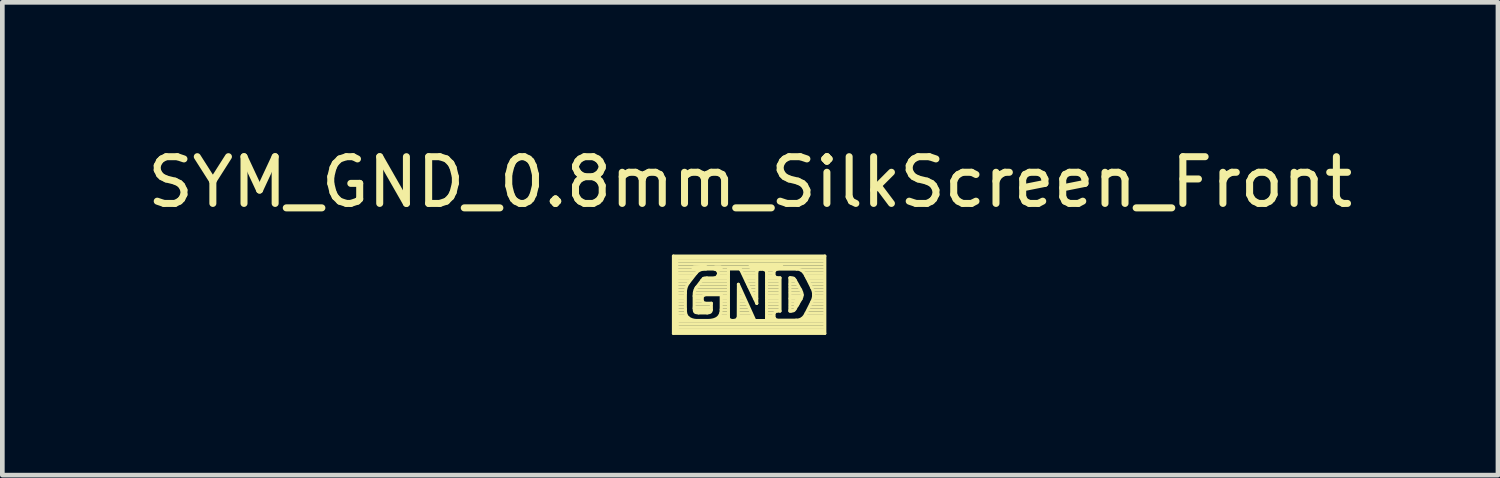
<source format=kicad_pcb>
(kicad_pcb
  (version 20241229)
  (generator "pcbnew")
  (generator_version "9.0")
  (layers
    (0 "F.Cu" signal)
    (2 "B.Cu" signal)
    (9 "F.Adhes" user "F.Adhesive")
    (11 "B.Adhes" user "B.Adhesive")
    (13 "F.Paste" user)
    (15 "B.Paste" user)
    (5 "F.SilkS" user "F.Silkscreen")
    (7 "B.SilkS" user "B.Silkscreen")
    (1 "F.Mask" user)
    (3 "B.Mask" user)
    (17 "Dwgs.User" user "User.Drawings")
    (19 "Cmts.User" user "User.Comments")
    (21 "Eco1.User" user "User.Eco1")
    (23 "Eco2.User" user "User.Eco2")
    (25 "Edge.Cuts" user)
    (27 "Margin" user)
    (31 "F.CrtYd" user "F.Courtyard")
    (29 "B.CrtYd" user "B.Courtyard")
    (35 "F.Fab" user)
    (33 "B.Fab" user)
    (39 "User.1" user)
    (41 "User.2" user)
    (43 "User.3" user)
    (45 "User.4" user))
  (footprint "SYM_GND_0.8mm_SilkScreen_Front"
    (layer "F.Cu")
    (at 12.93 3.287)
    (property "Reference" "SYM_GND_0.8mm_SilkScreen_Front" (at 0.076 -2.438 0) (layer "F.SilkS") (effects (font (size 1 1) (thickness 0.15))))
    (attr through_hole)
    (fp_line (start -1.567 -0.857) (end 1.675 -0.857) (stroke (width 0.064) (type solid)) (layer "F.SilkS"))
    (fp_line (start -1.567 0.8) (end -1.567 -0.857) (stroke (width 0.064) (type solid)) (layer "F.SilkS"))
    (fp_line (start -1.526 -0.806) (end 1.653 -0.806) (stroke (width 0.064) (type solid)) (layer "F.SilkS"))
    (fp_line (start -1.526 -0.745) (end 1.653 -0.745) (stroke (width 0.064) (type solid)) (layer "F.SilkS"))
    (fp_line (start -1.526 -0.684) (end 1.653 -0.684) (stroke (width 0.064) (type solid)) (layer "F.SilkS"))
    (fp_line (start -1.526 -0.622) (end 1.653 -0.622) (stroke (width 0.064) (type solid)) (layer "F.SilkS"))
    (fp_line (start -1.526 -0.561) (end -1.027 -0.561) (stroke (width 0.064) (type solid)) (layer "F.SilkS"))
    (fp_line (start -1.526 -0.5) (end -1.083 -0.5) (stroke (width 0.064) (type solid)) (layer "F.SilkS"))
    (fp_line (start -1.526 -0.439) (end -1.134 -0.439) (stroke (width 0.064) (type solid)) (layer "F.SilkS"))
    (fp_line (start -1.526 -0.377) (end -1.19 -0.377) (stroke (width 0.064) (type solid)) (layer "F.SilkS"))
    (fp_line (start -1.526 -0.316) (end -1.231 -0.316) (stroke (width 0.064) (type solid)) (layer "F.SilkS"))
    (fp_line (start -1.526 -0.255) (end -1.279 -0.255) (stroke (width 0.064) (type solid)) (layer "F.SilkS"))
    (fp_line (start -1.526 -0.194) (end -1.306 -0.194) (stroke (width 0.064) (type solid)) (layer "F.SilkS"))
    (fp_line (start -1.526 -0.132) (end -1.319 -0.132) (stroke (width 0.064) (type solid)) (layer "F.SilkS"))
    (fp_line (start -1.526 -0.071) (end -1.32 -0.071) (stroke (width 0.064) (type solid)) (layer "F.SilkS"))
    (fp_line (start -1.526 -0.01) (end -1.324 -0.01) (stroke (width 0.064) (type solid)) (layer "F.SilkS"))
    (fp_line (start -1.526 0.051) (end -1.328 0.051) (stroke (width 0.064) (type solid)) (layer "F.SilkS"))
    (fp_line (start -1.526 0.113) (end -1.327 0.113) (stroke (width 0.064) (type solid)) (layer "F.SilkS"))
    (fp_line (start -1.526 0.174) (end -1.332 0.174) (stroke (width 0.064) (type solid)) (layer "F.SilkS"))
    (fp_line (start -1.526 0.235) (end -1.324 0.235) (stroke (width 0.064) (type solid)) (layer "F.SilkS"))
    (fp_line (start -1.526 0.296) (end -1.319 0.296) (stroke (width 0.064) (type solid)) (layer "F.SilkS"))
    (fp_line (start -1.526 0.358) (end -1.319 0.358) (stroke (width 0.064) (type solid)) (layer "F.SilkS"))
    (fp_line (start -1.526 0.419) (end -1.292 0.419) (stroke (width 0.064) (type solid)) (layer "F.SilkS"))
    (fp_line (start -1.526 0.48) (end -1.249 0.48) (stroke (width 0.064) (type solid)) (layer "F.SilkS"))
    (fp_line (start -1.526 0.541) (end 1.653 0.541) (stroke (width 0.064) (type solid)) (layer "F.SilkS"))
    (fp_line (start -1.526 0.603) (end 1.653 0.603) (stroke (width 0.064) (type solid)) (layer "F.SilkS"))
    (fp_line (start -1.526 0.664) (end 1.653 0.664) (stroke (width 0.064) (type solid)) (layer "F.SilkS"))
    (fp_line (start -1.526 0.725) (end 1.653 0.725) (stroke (width 0.064) (type solid)) (layer "F.SilkS"))
    (fp_line (start -1.524 -0.8) (end -1.511 0.749) (stroke (width 0.12) (type solid)) (layer "F.SilkS"))
    (fp_line (start -1.511 0.749) (end 1.626 0.749) (stroke (width 0.12) (type solid)) (layer "F.SilkS"))
    (fp_line (start -1.31 -0.061) (end -1.31 0.276) (stroke (width 0.064) (type solid)) (layer "F.SilkS"))
    (fp_line (start -1.123 0.264) (end -1.123 -0.001) (stroke (width 0.064) (type solid)) (layer "F.SilkS"))
    (fp_line (start -1.119 0.235) (end -0.763 0.235) (stroke (width 0.064) (type solid)) (layer "F.SilkS"))
    (fp_line (start -1.118 -0.071) (end -0.4 -0.071) (stroke (width 0.064) (type solid)) (layer "F.SilkS"))
    (fp_line (start -1.116 0.051) (end -0.975 0.051) (stroke (width 0.064) (type solid)) (layer "F.SilkS"))
    (fp_line (start -1.115 -0.01) (end -0.927 -0.01) (stroke (width 0.064) (type solid)) (layer "F.SilkS"))
    (fp_line (start -1.114 0.174) (end -0.762 0.174) (stroke (width 0.064) (type solid)) (layer "F.SilkS"))
    (fp_line (start -1.114 0.296) (end -0.767 0.296) (stroke (width 0.064) (type solid)) (layer "F.SilkS"))
    (fp_line (start -1.113 0.113) (end -0.947 0.113) (stroke (width 0.064) (type solid)) (layer "F.SilkS"))
    (fp_line (start -1.098 -0.132) (end -0.397 -0.132) (stroke (width 0.064) (type solid)) (layer "F.SilkS"))
    (fp_line (start -1.082 -0.489) (end -1.241 -0.285) (stroke (width 0.064) (type solid)) (layer "F.SilkS"))
    (fp_line (start -1.081 -0.176) (end -0.962 -0.333) (stroke (width 0.064) (type solid)) (layer "F.SilkS"))
    (fp_line (start -1.079 0.318) (end -0.813 0.318) (stroke (width 0.12) (type solid)) (layer "F.SilkS"))
    (fp_line (start -1.067 0.522) (end -0.835 0.522) (stroke (width 0.064) (type solid)) (layer "F.SilkS"))
    (fp_line (start -1.066 -0.194) (end -0.391 -0.194) (stroke (width 0.064) (type solid)) (layer "F.SilkS"))
    (fp_line (start -1.004 -0.255) (end -0.394 -0.255) (stroke (width 0.064) (type solid)) (layer "F.SilkS"))
    (fp_line (start -0.956 -0.316) (end -0.398 -0.316) (stroke (width 0.064) (type solid)) (layer "F.SilkS"))
    (fp_line (start -0.926 -0.377) (end -0.393 -0.377) (stroke (width 0.064) (type solid)) (layer "F.SilkS"))
    (fp_line (start -0.889 -0.61) (end -1.118 -0.597) (stroke (width 0.12) (type solid)) (layer "F.SilkS"))
    (fp_line (start -0.885 0.153) (end -0.754 0.153) (stroke (width 0.064) (type solid)) (layer "F.SilkS"))
    (fp_line (start -0.849 -0.388) (end -0.687 -0.388) (stroke (width 0.064) (type solid)) (layer "F.SilkS"))
    (fp_line (start -0.843 0.361) (end -1.03 0.361) (stroke (width 0.064) (type solid)) (layer "F.SilkS"))
    (fp_line (start -0.754 0.153) (end -0.754 0.291) (stroke (width 0.064) (type solid)) (layer "F.SilkS"))
    (fp_line (start -0.687 -0.579) (end -0.868 -0.579) (stroke (width 0.064) (type solid)) (layer "F.SilkS"))
    (fp_line (start -0.66 -0.597) (end -0.572 -0.597) (stroke (width 0.12) (type solid)) (layer "F.SilkS"))
    (fp_line (start -0.629 -0.561) (end -0.387 -0.561) (stroke (width 0.064) (type solid)) (layer "F.SilkS"))
    (fp_line (start -0.622 0.48) (end -0.388 0.48) (stroke (width 0.064) (type solid)) (layer "F.SilkS"))
    (fp_line (start -0.616 -0.439) (end -0.395 -0.439) (stroke (width 0.064) (type solid)) (layer "F.SilkS"))
    (fp_line (start -0.594 -0.5) (end -0.388 -0.5) (stroke (width 0.064) (type solid)) (layer "F.SilkS"))
    (fp_line (start -0.569 0.419) (end -0.401 0.419) (stroke (width 0.064) (type solid)) (layer "F.SilkS"))
    (fp_line (start -0.546 0.358) (end -0.396 0.358) (stroke (width 0.064) (type solid)) (layer "F.SilkS"))
    (fp_line (start -0.544 -0.028) (end -0.885 -0.028) (stroke (width 0.064) (type solid)) (layer "F.SilkS"))
    (fp_line (start -0.544 0.284) (end -0.544 -0.028) (stroke (width 0.064) (type solid)) (layer "F.SilkS"))
    (fp_line (start -0.539 -0.01) (end -0.404 -0.01) (stroke (width 0.064) (type solid)) (layer "F.SilkS"))
    (fp_line (start -0.539 0.296) (end -0.399 0.296) (stroke (width 0.064) (type solid)) (layer "F.SilkS"))
    (fp_line (start -0.537 0.235) (end -0.398 0.235) (stroke (width 0.064) (type solid)) (layer "F.SilkS"))
    (fp_line (start -0.532 0.113) (end -0.407 0.113) (stroke (width 0.064) (type solid)) (layer "F.SilkS"))
    (fp_line (start -0.53 0.174) (end -0.398 0.174) (stroke (width 0.064) (type solid)) (layer "F.SilkS"))
    (fp_line (start -0.524 0.051) (end -0.408 0.051) (stroke (width 0.064) (type solid)) (layer "F.SilkS"))
    (fp_line (start -0.388 -0.58) (end -0.388 0.456) (stroke (width 0.064) (type solid)) (layer "F.SilkS"))
    (fp_line (start -0.193 0.48) (end 0.15 0.48) (stroke (width 0.064) (type solid)) (layer "F.SilkS"))
    (fp_line (start -0.176 -0.253) (end 0.176 0.523) (stroke (width 0.064) (type solid)) (layer "F.SilkS"))
    (fp_line (start -0.175 -0.132) (end -0.129 -0.132) (stroke (width 0.064) (type solid)) (layer "F.SilkS"))
    (fp_line (start -0.174 0.174) (end -0.002 0.174) (stroke (width 0.064) (type solid)) (layer "F.SilkS"))
    (fp_line (start -0.173 -0.01) (end -0.08 -0.01) (stroke (width 0.064) (type solid)) (layer "F.SilkS"))
    (fp_line (start -0.173 0.235) (end 0.019 0.235) (stroke (width 0.064) (type solid)) (layer "F.SilkS"))
    (fp_line (start -0.17 0.051) (end -0.061 0.051) (stroke (width 0.064) (type solid)) (layer "F.SilkS"))
    (fp_line (start -0.17 0.113) (end -0.028 0.113) (stroke (width 0.064) (type solid)) (layer "F.SilkS"))
    (fp_line (start -0.17 0.419) (end 0.109 0.419) (stroke (width 0.064) (type solid)) (layer "F.SilkS"))
    (fp_line (start -0.168 0.358) (end 0.084 0.358) (stroke (width 0.064) (type solid)) (layer "F.SilkS"))
    (fp_line (start -0.165 -0.071) (end -0.111 -0.071) (stroke (width 0.064) (type solid)) (layer "F.SilkS"))
    (fp_line (start -0.165 0.296) (end 0.057 0.296) (stroke (width 0.064) (type solid)) (layer "F.SilkS"))
    (fp_line (start -0.135 -0.58) (end -0.388 -0.58) (stroke (width 0.064) (type solid)) (layer "F.SilkS"))
    (fp_line (start -0.128 -0.561) (end 0.226 -0.561) (stroke (width 0.064) (type solid)) (layer "F.SilkS"))
    (fp_line (start -0.083 -0.5) (end 0.206 -0.5) (stroke (width 0.064) (type solid)) (layer "F.SilkS"))
    (fp_line (start -0.049 -0.439) (end 0.195 -0.439) (stroke (width 0.064) (type solid)) (layer "F.SilkS"))
    (fp_line (start -0.025 -0.377) (end 0.205 -0.377) (stroke (width 0.064) (type solid)) (layer "F.SilkS"))
    (fp_line (start -0.006 -0.316) (end 0.206 -0.316) (stroke (width 0.064) (type solid)) (layer "F.SilkS"))
    (fp_line (start 0.026 -0.255) (end 0.208 -0.255) (stroke (width 0.064) (type solid)) (layer "F.SilkS"))
    (fp_line (start 0.054 -0.194) (end 0.205 -0.194) (stroke (width 0.064) (type solid)) (layer "F.SilkS"))
    (fp_line (start 0.092 -0.132) (end 0.195 -0.132) (stroke (width 0.064) (type solid)) (layer "F.SilkS"))
    (fp_line (start 0.102 -0.635) (end 0.724 -0.635) (stroke (width 0.12) (type solid)) (layer "F.SilkS"))
    (fp_line (start 0.118 -0.071) (end 0.206 -0.071) (stroke (width 0.064) (type solid)) (layer "F.SilkS"))
    (fp_line (start 0.143 -0.01) (end 0.213 -0.01) (stroke (width 0.064) (type solid)) (layer "F.SilkS"))
    (fp_line (start 0.172 0.051) (end 0.217 0.051) (stroke (width 0.064) (type solid)) (layer "F.SilkS"))
    (fp_line (start 0.176 0.523) (end 0.427 0.523) (stroke (width 0.064) (type solid)) (layer "F.SilkS"))
    (fp_line (start 0.217 0.155) (end -0.135 -0.58) (stroke (width 0.064) (type solid)) (layer "F.SilkS"))
    (fp_line (start 0.219 -0.513) (end 0.218 0.155) (stroke (width 0.064) (type solid)) (layer "F.SilkS"))
    (fp_line (start 0.401 -0.561) (end 0.606 -0.561) (stroke (width 0.064) (type solid)) (layer "F.SilkS"))
    (fp_line (start 0.426 0.48) (end 0.59 0.48) (stroke (width 0.064) (type solid)) (layer "F.SilkS"))
    (fp_line (start 0.427 0.523) (end 0.427 -0.513) (stroke (width 0.064) (type solid)) (layer "F.SilkS"))
    (fp_line (start 0.429 -0.01) (end 0.704 -0.01) (stroke (width 0.064) (type solid)) (layer "F.SilkS"))
    (fp_line (start 0.43 0.296) (end 0.706 0.296) (stroke (width 0.064) (type solid)) (layer "F.SilkS"))
    (fp_line (start 0.431 -0.132) (end 0.7 -0.132) (stroke (width 0.064) (type solid)) (layer "F.SilkS"))
    (fp_line (start 0.431 0.051) (end 0.7 0.051) (stroke (width 0.064) (type solid)) (layer "F.SilkS"))
    (fp_line (start 0.432 -0.071) (end 0.699 -0.071) (stroke (width 0.064) (type solid)) (layer "F.SilkS"))
    (fp_line (start 0.433 0.113) (end 0.696 0.113) (stroke (width 0.064) (type solid)) (layer "F.SilkS"))
    (fp_line (start 0.433 0.419) (end 0.565 0.419) (stroke (width 0.064) (type solid)) (layer "F.SilkS"))
    (fp_line (start 0.433 -0.255) (end 0.699 -0.255) (stroke (width 0.064) (type solid)) (layer "F.SilkS"))
    (fp_line (start 0.434 -0.377) (end 0.69 -0.377) (stroke (width 0.064) (type solid)) (layer "F.SilkS"))
    (fp_line (start 0.436 -0.194) (end 0.701 -0.194) (stroke (width 0.064) (type solid)) (layer "F.SilkS"))
    (fp_line (start 0.436 -0.5) (end 0.573 -0.5) (stroke (width 0.064) (type solid)) (layer "F.SilkS"))
    (fp_line (start 0.436 0.174) (end 0.701 0.174) (stroke (width 0.064) (type solid)) (layer "F.SilkS"))
    (fp_line (start 0.436 0.235) (end 0.704 0.235) (stroke (width 0.064) (type solid)) (layer "F.SilkS"))
    (fp_line (start 0.437 0.358) (end 0.591 0.358) (stroke (width 0.064) (type solid)) (layer "F.SilkS"))
    (fp_line (start 0.44 -0.316) (end 0.702 -0.316) (stroke (width 0.064) (type solid)) (layer "F.SilkS"))
    (fp_line (start 0.445 -0.439) (end 0.581 -0.439) (stroke (width 0.064) (type solid)) (layer "F.SilkS"))
    (fp_line (start 0.652 0.515) (end 1.059 0.515) (stroke (width 0.064) (type solid)) (layer "F.SilkS"))
    (fp_line (start 0.666 -0.391) (end 0.716 -0.391) (stroke (width 0.064) (type solid)) (layer "F.SilkS"))
    (fp_line (start 0.716 -0.391) (end 0.716 0.322) (stroke (width 0.064) (type solid)) (layer "F.SilkS"))
    (fp_line (start 0.716 0.322) (end 0.652 0.322) (stroke (width 0.064) (type solid)) (layer "F.SilkS"))
    (fp_line (start 0.926 -0.391) (end 0.942 -0.391) (stroke (width 0.064) (type solid)) (layer "F.SilkS"))
    (fp_line (start 0.926 0.322) (end 0.926 -0.391) (stroke (width 0.064) (type solid)) (layer "F.SilkS"))
    (fp_line (start 0.93 -0.255) (end 1.074 -0.255) (stroke (width 0.064) (type solid)) (layer "F.SilkS"))
    (fp_line (start 0.93 0.296) (end 1.009 0.296) (stroke (width 0.064) (type solid)) (layer "F.SilkS"))
    (fp_line (start 0.93 0.051) (end 1.146 0.051) (stroke (width 0.064) (type solid)) (layer "F.SilkS"))
    (fp_line (start 0.931 -0.194) (end 1.108 -0.194) (stroke (width 0.064) (type solid)) (layer "F.SilkS"))
    (fp_line (start 0.934 -0.071) (end 1.163 -0.071) (stroke (width 0.064) (type solid)) (layer "F.SilkS"))
    (fp_line (start 0.935 -0.132) (end 1.137 -0.132) (stroke (width 0.064) (type solid)) (layer "F.SilkS"))
    (fp_line (start 0.935 0.174) (end 1.071 0.174) (stroke (width 0.064) (type solid)) (layer "F.SilkS"))
    (fp_line (start 0.935 0.235) (end 1.036 0.235) (stroke (width 0.064) (type solid)) (layer "F.SilkS"))
    (fp_line (start 0.936 -0.377) (end 1.006 -0.377) (stroke (width 0.064) (type solid)) (layer "F.SilkS"))
    (fp_line (start 0.94 -0.316) (end 1.037 -0.316) (stroke (width 0.064) (type solid)) (layer "F.SilkS"))
    (fp_line (start 0.941 -0.01) (end 1.17 -0.01) (stroke (width 0.064) (type solid)) (layer "F.SilkS"))
    (fp_line (start 0.942 0.113) (end 1.113 0.113) (stroke (width 0.064) (type solid)) (layer "F.SilkS"))
    (fp_line (start 0.952 0.322) (end 0.926 0.322) (stroke (width 0.064) (type solid)) (layer "F.SilkS"))
    (fp_line (start 1.045 -0.334) (end 1.157 -0.134) (stroke (width 0.064) (type solid)) (layer "F.SilkS"))
    (fp_line (start 1.071 -0.577) (end 0.662 -0.577) (stroke (width 0.064) (type solid)) (layer "F.SilkS"))
    (fp_line (start 1.092 0.102) (end 1.067 0.178) (stroke (width 0.12) (type solid)) (layer "F.SilkS"))
    (fp_line (start 1.156 -0.561) (end 1.653 -0.561) (stroke (width 0.064) (type solid)) (layer "F.SilkS"))
    (fp_line (start 1.165 0.064) (end 1.046 0.265) (stroke (width 0.064) (type solid)) (layer "F.SilkS"))
    (fp_line (start 1.193 0.48) (end 1.653 0.48) (stroke (width 0.064) (type solid)) (layer "F.SilkS"))
    (fp_line (start 1.232 -0.5) (end 1.653 -0.5) (stroke (width 0.064) (type solid)) (layer "F.SilkS"))
    (fp_line (start 1.26 0.419) (end 1.653 0.419) (stroke (width 0.064) (type solid)) (layer "F.SilkS"))
    (fp_line (start 1.268 -0.439) (end 1.653 -0.439) (stroke (width 0.064) (type solid)) (layer "F.SilkS"))
    (fp_line (start 1.272 0.369) (end 1.395 0.123) (stroke (width 0.064) (type solid)) (layer "F.SilkS"))
    (fp_line (start 1.294 0.358) (end 1.653 0.358) (stroke (width 0.064) (type solid)) (layer "F.SilkS"))
    (fp_line (start 1.296 -0.377) (end 1.653 -0.377) (stroke (width 0.064) (type solid)) (layer "F.SilkS"))
    (fp_line (start 1.322 0.296) (end 1.653 0.296) (stroke (width 0.064) (type solid)) (layer "F.SilkS"))
    (fp_line (start 1.337 -0.316) (end 1.653 -0.316) (stroke (width 0.064) (type solid)) (layer "F.SilkS"))
    (fp_line (start 1.36 0.235) (end 1.653 0.235) (stroke (width 0.064) (type solid)) (layer "F.SilkS"))
    (fp_line (start 1.366 -0.255) (end 1.653 -0.255) (stroke (width 0.064) (type solid)) (layer "F.SilkS"))
    (fp_line (start 1.381 0.174) (end 1.653 0.174) (stroke (width 0.064) (type solid)) (layer "F.SilkS"))
    (fp_line (start 1.393 -0.181) (end 1.275 -0.419) (stroke (width 0.064) (type solid)) (layer "F.SilkS"))
    (fp_line (start 1.398 -0.194) (end 1.653 -0.194) (stroke (width 0.064) (type solid)) (layer "F.SilkS"))
    (fp_line (start 1.416 0.113) (end 1.653 0.113) (stroke (width 0.064) (type solid)) (layer "F.SilkS"))
    (fp_line (start 1.427 -0.132) (end 1.653 -0.132) (stroke (width 0.064) (type solid)) (layer "F.SilkS"))
    (fp_line (start 1.435 0.051) (end 1.653 0.051) (stroke (width 0.064) (type solid)) (layer "F.SilkS"))
    (fp_line (start 1.438 -0.071) (end 1.653 -0.071) (stroke (width 0.064) (type solid)) (layer "F.SilkS"))
    (fp_line (start 1.452 -0.01) (end 1.653 -0.01) (stroke (width 0.064) (type solid)) (layer "F.SilkS"))
    (fp_line (start 1.675 -0.857) (end 1.675 0.8) (stroke (width 0.064) (type solid)) (layer "F.SilkS"))
    (fp_line (start 1.675 0.8) (end -1.567 0.8) (stroke (width 0.064) (type solid)) (layer "F.SilkS"))
    (fp_curve (pts (xy -1.31 0.276) (xy -1.31 0.343) (xy -1.306 0.41) (xy -1.252 0.459)) (stroke (width 0.064) (type solid)) (layer "F.SilkS"))
    (fp_curve (pts (xy -1.252 0.459) (xy -1.204 0.502) (xy -1.129 0.522) (xy -1.067 0.522)) (stroke (width 0.064) (type solid)) (layer "F.SilkS"))
    (fp_curve (pts (xy -1.241 -0.285) (xy -1.292 -0.219) (xy -1.31 -0.148) (xy -1.31 -0.061)) (stroke (width 0.064) (type solid)) (layer "F.SilkS"))
    (fp_curve (pts (xy -1.123 -0.001) (xy -1.123 -0.067) (xy -1.118 -0.121) (xy -1.081 -0.176)) (stroke (width 0.064) (type solid)) (layer "F.SilkS"))
    (fp_curve (pts (xy -1.03 0.361) (xy -1.107 0.361) (xy -1.123 0.338) (xy -1.123 0.264)) (stroke (width 0.064) (type solid)) (layer "F.SilkS"))
    (fp_curve (pts (xy -0.962 -0.333) (xy -0.918 -0.39) (xy -0.923 -0.388) (xy -0.849 -0.388)) (stroke (width 0.064) (type solid)) (layer "F.SilkS"))
    (fp_curve (pts (xy -0.953 0.061) (xy -0.953 0.109) (xy -0.92 0.153) (xy -0.885 0.153)) (stroke (width 0.064) (type solid)) (layer "F.SilkS"))
    (fp_curve (pts (xy -0.885 -0.028) (xy -0.92 -0.028) (xy -0.953 0.012) (xy -0.953 0.061)) (stroke (width 0.064) (type solid)) (layer "F.SilkS"))
    (fp_curve (pts (xy -0.868 -0.579) (xy -0.955 -0.579) (xy -1.028 -0.557) (xy -1.082 -0.489)) (stroke (width 0.064) (type solid)) (layer "F.SilkS"))
    (fp_curve (pts (xy -0.835 0.522) (xy -0.642 0.522) (xy -0.544 0.443) (xy -0.544 0.284)) (stroke (width 0.064) (type solid)) (layer "F.SilkS"))
    (fp_curve (pts (xy -0.754 0.291) (xy -0.754 0.35) (xy -0.795 0.361) (xy -0.843 0.361)) (stroke (width 0.064) (type solid)) (layer "F.SilkS"))
    (fp_curve (pts (xy -0.687 -0.388) (xy -0.652 -0.388) (xy -0.601 -0.434) (xy -0.601 -0.482)) (stroke (width 0.064) (type solid)) (layer "F.SilkS"))
    (fp_curve (pts (xy -0.601 -0.482) (xy -0.601 -0.531) (xy -0.652 -0.579) (xy -0.687 -0.579)) (stroke (width 0.064) (type solid)) (layer "F.SilkS"))
    (fp_curve (pts (xy -0.388 0.456) (xy -0.388 0.499) (xy -0.344 0.523) (xy -0.295 0.523)) (stroke (width 0.064) (type solid)) (layer "F.SilkS"))
    (fp_curve (pts (xy -0.295 0.523) (xy -0.247 0.523) (xy -0.179 0.499) (xy -0.179 0.456)) (stroke (width 0.064) (type solid)) (layer "F.SilkS"))
    (fp_curve (pts (xy -0.179 0.456) (xy -0.18 0.219) (xy -0.178 -0.017) (xy -0.176 -0.253)) (stroke (width 0.064) (type solid)) (layer "F.SilkS"))
    (fp_curve (pts (xy 0.218 0.155) (xy 0.218 0.155) (xy 0.217 0.155) (xy 0.217 0.155)) (stroke (width 0.064) (type solid)) (layer "F.SilkS"))
    (fp_curve (pts (xy 0.314 -0.576) (xy 0.265 -0.576) (xy 0.219 -0.556) (xy 0.219 -0.513)) (stroke (width 0.064) (type solid)) (layer "F.SilkS"))
    (fp_curve (pts (xy 0.427 -0.513) (xy 0.427 -0.556) (xy 0.362 -0.576) (xy 0.314 -0.576)) (stroke (width 0.064) (type solid)) (layer "F.SilkS"))
    (fp_curve (pts (xy 0.584 -0.482) (xy 0.584 -0.431) (xy 0.622 -0.391) (xy 0.666 -0.391)) (stroke (width 0.064) (type solid)) (layer "F.SilkS"))
    (fp_curve (pts (xy 0.584 0.412) (xy 0.584 0.46) (xy 0.617 0.515) (xy 0.652 0.515)) (stroke (width 0.064) (type solid)) (layer "F.SilkS"))
    (fp_curve (pts (xy 0.652 0.322) (xy 0.617 0.322) (xy 0.584 0.363) (xy 0.584 0.412)) (stroke (width 0.064) (type solid)) (layer "F.SilkS"))
    (fp_curve (pts (xy 0.662 -0.577) (xy 0.621 -0.577) (xy 0.584 -0.531) (xy 0.584 -0.482)) (stroke (width 0.064) (type solid)) (layer "F.SilkS"))
    (fp_curve (pts (xy 0.942 -0.391) (xy 1.004 -0.391) (xy 1.016 -0.392) (xy 1.045 -0.334)) (stroke (width 0.064) (type solid)) (layer "F.SilkS"))
    (fp_curve (pts (xy 1.046 0.265) (xy 1.022 0.315) (xy 1.008 0.322) (xy 0.952 0.322)) (stroke (width 0.064) (type solid)) (layer "F.SilkS"))
    (fp_curve (pts (xy 1.059 0.515) (xy 1.164 0.515) (xy 1.225 0.465) (xy 1.272 0.369)) (stroke (width 0.064) (type solid)) (layer "F.SilkS"))
    (fp_curve (pts (xy 1.157 -0.134) (xy 1.176 -0.095) (xy 1.19 -0.069) (xy 1.19 -0.024)) (stroke (width 0.064) (type solid)) (layer "F.SilkS"))
    (fp_curve (pts (xy 1.19 -0.024) (xy 1.19 0.01) (xy 1.18 0.033) (xy 1.165 0.064)) (stroke (width 0.064) (type solid)) (layer "F.SilkS"))
    (fp_curve (pts (xy 1.275 -0.419) (xy 1.229 -0.511) (xy 1.176 -0.577) (xy 1.071 -0.577)) (stroke (width 0.064) (type solid)) (layer "F.SilkS"))
    (fp_curve (pts (xy 1.395 0.123) (xy 1.419 0.075) (xy 1.434 0.029) (xy 1.434 -0.025)) (stroke (width 0.064) (type solid)) (layer "F.SilkS"))
    (fp_curve (pts (xy 1.434 -0.025) (xy 1.434 -0.087) (xy 1.42 -0.126) (xy 1.393 -0.181)) (stroke (width 0.064) (type solid)) (layer "F.SilkS")))
  (gr_rect
    (start -3 -3)
    (end 29.012 7.119)
    (stroke (width 0.1) (type default))
    (fill no)
    (layer "Edge.Cuts")))
</source>
